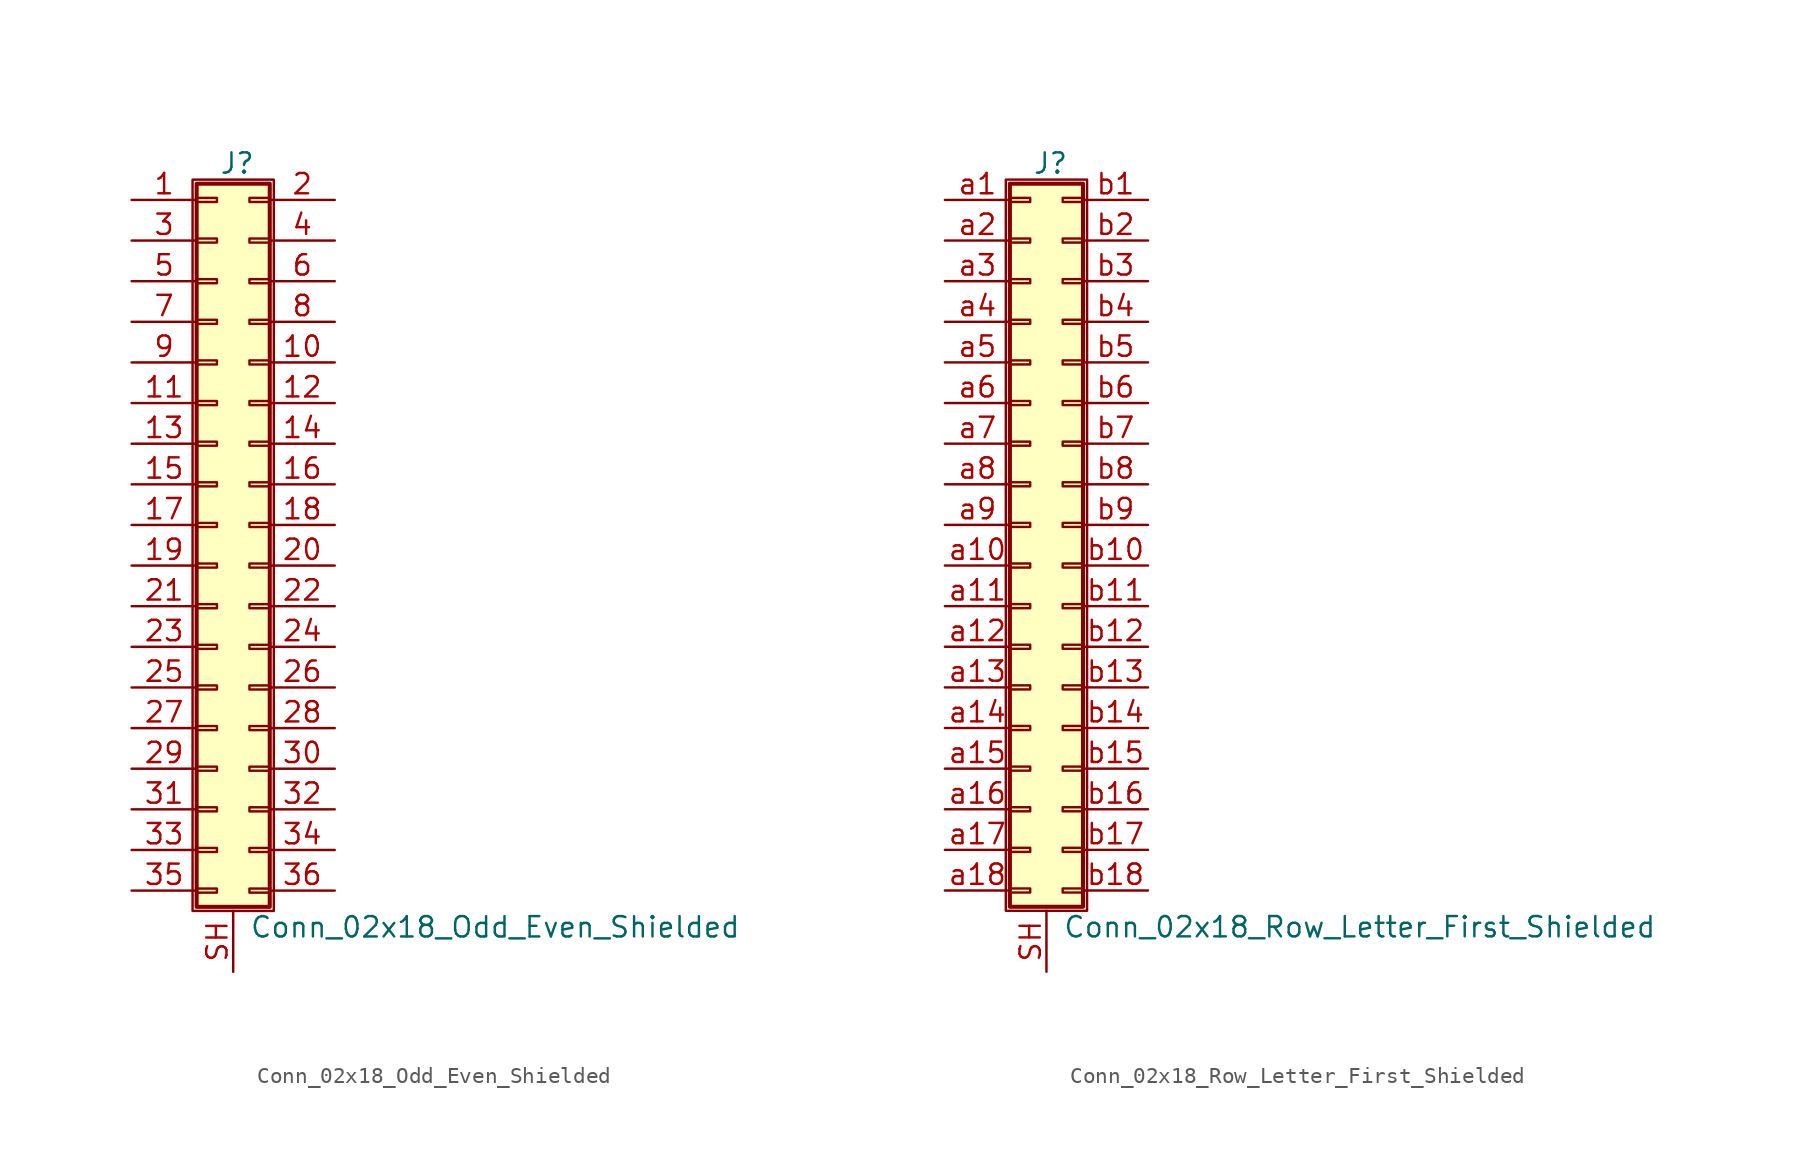
<source format=kicad_sym>
(kicad_symbol_lib
  (version 20201005)
  (generator kicad_symbol_editor)
  (symbol "Connector_Generic_Shielded:Conn_02x18_Odd_Even_Shielded"
    (pin_names
      (offset 1.016) hide)
    (property "Reference" "J"
      (at 1.524 22.606 0)
      (effects (font (size 1.27 1.27))))
    (property "Value" "Conn_02x18_Odd_Even_Shielded"
      (at 2.286 -25.146 0)
      (effects (font (size 1.27 1.27)) (justify left)))
    (symbol "Conn_02x18_Odd_Even_Shielded_1_1"
      (rectangle (start -1.016 -4.953) (end 0.254 -5.207) (stroke (width 0.152)) (fill (type none)))
      (rectangle (start -1.016 -7.493) (end 0.254 -7.747) (stroke (width 0.152)) (fill (type none)))
      (rectangle (start -1.016 -10.033) (end 0.254 -10.287) (stroke (width 0.152)) (fill (type none)))
      (rectangle (start -1.016 -12.573) (end 0.254 -12.827) (stroke (width 0.152)) (fill (type none)))
      (rectangle (start -1.016 -15.113) (end 0.254 -15.367) (stroke (width 0.152)) (fill (type none)))
      (rectangle (start -1.016 -17.653) (end 0.254 -17.907) (stroke (width 0.152)) (fill (type none)))
      (rectangle (start -1.016 -20.193) (end 0.254 -20.447) (stroke (width 0.152)) (fill (type none)))
      (rectangle (start -1.016 -22.733) (end 0.254 -22.987) (stroke (width 0.152)) (fill (type none)))
      (rectangle (start -1.016 -2.413) (end 0.254 -2.667) (stroke (width 0.152)) (fill (type none)))
      (rectangle (start -1.016 2.667) (end 0.254 2.413) (stroke (width 0.152)) (fill (type none)))
      (rectangle (start -1.016 5.207) (end 0.254 4.953) (stroke (width 0.152)) (fill (type none)))
      (rectangle (start -1.016 7.747) (end 0.254 7.493) (stroke (width 0.152)) (fill (type none)))
      (rectangle (start -1.016 10.287) (end 0.254 10.033) (stroke (width 0.152)) (fill (type none)))
      (rectangle (start -1.016 0.127) (end 0.254 -0.127) (stroke (width 0.152)) (fill (type none)))
      (rectangle (start -1.016 12.827) (end 0.254 12.573) (stroke (width 0.152)) (fill (type none)))
      (rectangle (start -1.016 15.367) (end 0.254 15.113) (stroke (width 0.152)) (fill (type none)))
      (rectangle (start -1.016 17.907) (end 0.254 17.653) (stroke (width 0.152)) (fill (type none)))
      (rectangle (start -1.016 20.447) (end 0.254 20.193) (stroke (width 0.152)) (fill (type none)))
      (rectangle (start -1.016 21.336) (end 3.556 -23.876) (stroke (width 0.254)) (fill (type background)))
      (rectangle (start -1.27 21.59) (end 3.81 -24.13) (stroke (width 0.152)) (fill (type none)))
      (rectangle (start 3.556 -4.953) (end 2.286 -5.207) (stroke (width 0.152)) (fill (type none)))
      (rectangle (start 3.556 -7.493) (end 2.286 -7.747) (stroke (width 0.152)) (fill (type none)))
      (rectangle (start 3.556 -10.033) (end 2.286 -10.287) (stroke (width 0.152)) (fill (type none)))
      (rectangle (start 3.556 -12.573) (end 2.286 -12.827) (stroke (width 0.152)) (fill (type none)))
      (rectangle (start 3.556 -15.113) (end 2.286 -15.367) (stroke (width 0.152)) (fill (type none)))
      (rectangle (start 3.556 -17.653) (end 2.286 -17.907) (stroke (width 0.152)) (fill (type none)))
      (rectangle (start 3.556 -20.193) (end 2.286 -20.447) (stroke (width 0.152)) (fill (type none)))
      (rectangle (start 3.556 -22.733) (end 2.286 -22.987) (stroke (width 0.152)) (fill (type none)))
      (rectangle (start 3.556 -2.413) (end 2.286 -2.667) (stroke (width 0.152)) (fill (type none)))
      (rectangle (start 3.556 2.667) (end 2.286 2.413) (stroke (width 0.152)) (fill (type none)))
      (rectangle (start 3.556 5.207) (end 2.286 4.953) (stroke (width 0.152)) (fill (type none)))
      (rectangle (start 3.556 7.747) (end 2.286 7.493) (stroke (width 0.152)) (fill (type none)))
      (rectangle (start 3.556 10.287) (end 2.286 10.033) (stroke (width 0.152)) (fill (type none)))
      (rectangle (start 3.556 0.127) (end 2.286 -0.127) (stroke (width 0.152)) (fill (type none)))
      (rectangle (start 3.556 12.827) (end 2.286 12.573) (stroke (width 0.152)) (fill (type none)))
      (rectangle (start 3.556 15.367) (end 2.286 15.113) (stroke (width 0.152)) (fill (type none)))
      (rectangle (start 3.556 17.907) (end 2.286 17.653) (stroke (width 0.152)) (fill (type none)))
      (rectangle (start 3.556 20.447) (end 2.286 20.193) (stroke (width 0.152)) (fill (type none)))
      (pin passive line (at -5.08 20.32 0) (length 4.064) (name "Pin_1" (effects (font (size 1.27 1.27)))) (number "1" (effects (font (size 1.27 1.27)))))
      (pin passive line (at 7.62 10.16 180) (length 4.064) (name "Pin_10" (effects (font (size 1.27 1.27)))) (number "10" (effects (font (size 1.27 1.27)))))
      (pin passive line (at -5.08 7.62 0) (length 4.064) (name "Pin_11" (effects (font (size 1.27 1.27)))) (number "11" (effects (font (size 1.27 1.27)))))
      (pin passive line (at 7.62 7.62 180) (length 4.064) (name "Pin_12" (effects (font (size 1.27 1.27)))) (number "12" (effects (font (size 1.27 1.27)))))
      (pin passive line (at -5.08 5.08 0) (length 4.064) (name "Pin_13" (effects (font (size 1.27 1.27)))) (number "13" (effects (font (size 1.27 1.27)))))
      (pin passive line (at 7.62 5.08 180) (length 4.064) (name "Pin_14" (effects (font (size 1.27 1.27)))) (number "14" (effects (font (size 1.27 1.27)))))
      (pin passive line (at -5.08 2.54 0) (length 4.064) (name "Pin_15" (effects (font (size 1.27 1.27)))) (number "15" (effects (font (size 1.27 1.27)))))
      (pin passive line (at 7.62 2.54 180) (length 4.064) (name "Pin_16" (effects (font (size 1.27 1.27)))) (number "16" (effects (font (size 1.27 1.27)))))
      (pin passive line (at -5.08 0 0) (length 4.064) (name "Pin_17" (effects (font (size 1.27 1.27)))) (number "17" (effects (font (size 1.27 1.27)))))
      (pin passive line (at 7.62 0 180) (length 4.064) (name "Pin_18" (effects (font (size 1.27 1.27)))) (number "18" (effects (font (size 1.27 1.27)))))
      (pin passive line (at -5.08 -2.54 0) (length 4.064) (name "Pin_19" (effects (font (size 1.27 1.27)))) (number "19" (effects (font (size 1.27 1.27)))))
      (pin passive line (at 7.62 20.32 180) (length 4.064) (name "Pin_2" (effects (font (size 1.27 1.27)))) (number "2" (effects (font (size 1.27 1.27)))))
      (pin passive line (at 7.62 -2.54 180) (length 4.064) (name "Pin_20" (effects (font (size 1.27 1.27)))) (number "20" (effects (font (size 1.27 1.27)))))
      (pin passive line (at -5.08 -5.08 0) (length 4.064) (name "Pin_21" (effects (font (size 1.27 1.27)))) (number "21" (effects (font (size 1.27 1.27)))))
      (pin passive line (at 7.62 -5.08 180) (length 4.064) (name "Pin_22" (effects (font (size 1.27 1.27)))) (number "22" (effects (font (size 1.27 1.27)))))
      (pin passive line (at -5.08 -7.62 0) (length 4.064) (name "Pin_23" (effects (font (size 1.27 1.27)))) (number "23" (effects (font (size 1.27 1.27)))))
      (pin passive line (at 7.62 -7.62 180) (length 4.064) (name "Pin_24" (effects (font (size 1.27 1.27)))) (number "24" (effects (font (size 1.27 1.27)))))
      (pin passive line (at -5.08 -10.16 0) (length 4.064) (name "Pin_25" (effects (font (size 1.27 1.27)))) (number "25" (effects (font (size 1.27 1.27)))))
      (pin passive line (at 7.62 -10.16 180) (length 4.064) (name "Pin_26" (effects (font (size 1.27 1.27)))) (number "26" (effects (font (size 1.27 1.27)))))
      (pin passive line (at -5.08 -12.7 0) (length 4.064) (name "Pin_27" (effects (font (size 1.27 1.27)))) (number "27" (effects (font (size 1.27 1.27)))))
      (pin passive line (at 7.62 -12.7 180) (length 4.064) (name "Pin_28" (effects (font (size 1.27 1.27)))) (number "28" (effects (font (size 1.27 1.27)))))
      (pin passive line (at -5.08 -15.24 0) (length 4.064) (name "Pin_29" (effects (font (size 1.27 1.27)))) (number "29" (effects (font (size 1.27 1.27)))))
      (pin passive line (at -5.08 17.78 0) (length 4.064) (name "Pin_3" (effects (font (size 1.27 1.27)))) (number "3" (effects (font (size 1.27 1.27)))))
      (pin passive line (at 7.62 -15.24 180) (length 4.064) (name "Pin_30" (effects (font (size 1.27 1.27)))) (number "30" (effects (font (size 1.27 1.27)))))
      (pin passive line (at -5.08 -17.78 0) (length 4.064) (name "Pin_31" (effects (font (size 1.27 1.27)))) (number "31" (effects (font (size 1.27 1.27)))))
      (pin passive line (at 7.62 -17.78 180) (length 4.064) (name "Pin_32" (effects (font (size 1.27 1.27)))) (number "32" (effects (font (size 1.27 1.27)))))
      (pin passive line (at -5.08 -20.32 0) (length 4.064) (name "Pin_33" (effects (font (size 1.27 1.27)))) (number "33" (effects (font (size 1.27 1.27)))))
      (pin passive line (at 7.62 -20.32 180) (length 4.064) (name "Pin_34" (effects (font (size 1.27 1.27)))) (number "34" (effects (font (size 1.27 1.27)))))
      (pin passive line (at -5.08 -22.86 0) (length 4.064) (name "Pin_35" (effects (font (size 1.27 1.27)))) (number "35" (effects (font (size 1.27 1.27)))))
      (pin passive line (at 7.62 -22.86 180) (length 4.064) (name "Pin_36" (effects (font (size 1.27 1.27)))) (number "36" (effects (font (size 1.27 1.27)))))
      (pin passive line (at 7.62 17.78 180) (length 4.064) (name "Pin_4" (effects (font (size 1.27 1.27)))) (number "4" (effects (font (size 1.27 1.27)))))
      (pin passive line (at -5.08 15.24 0) (length 4.064) (name "Pin_5" (effects (font (size 1.27 1.27)))) (number "5" (effects (font (size 1.27 1.27)))))
      (pin passive line (at 7.62 15.24 180) (length 4.064) (name "Pin_6" (effects (font (size 1.27 1.27)))) (number "6" (effects (font (size 1.27 1.27)))))
      (pin passive line (at -5.08 12.7 0) (length 4.064) (name "Pin_7" (effects (font (size 1.27 1.27)))) (number "7" (effects (font (size 1.27 1.27)))))
      (pin passive line (at 7.62 12.7 180) (length 4.064) (name "Pin_8" (effects (font (size 1.27 1.27)))) (number "8" (effects (font (size 1.27 1.27)))))
      (pin passive line (at -5.08 10.16 0) (length 4.064) (name "Pin_9" (effects (font (size 1.27 1.27)))) (number "9" (effects (font (size 1.27 1.27)))))
      (pin passive line (at 1.27 -27.94 90) (length 3.81) (name "Shield" (effects (font (size 1.27 1.27)))) (number "SH" (effects (font (size 1.27 1.27)))))))
  (symbol "Connector_Generic_Shielded:Conn_02x18_Row_Letter_First_Shielded"
    (pin_names
      (offset 1.016) hide)
    (property "Reference" "J"
      (at 1.524 22.606 0)
      (effects (font (size 1.27 1.27))))
    (property "Value" "Conn_02x18_Row_Letter_First_Shielded"
      (at 2.286 -25.146 0)
      (effects (font (size 1.27 1.27)) (justify left)))
    (symbol "Conn_02x18_Row_Letter_First_Shielded_1_1"
      (rectangle (start -1.016 -4.953) (end 0.254 -5.207) (stroke (width 0.152)) (fill (type none)))
      (rectangle (start -1.016 -7.493) (end 0.254 -7.747) (stroke (width 0.152)) (fill (type none)))
      (rectangle (start -1.016 -10.033) (end 0.254 -10.287) (stroke (width 0.152)) (fill (type none)))
      (rectangle (start -1.016 -12.573) (end 0.254 -12.827) (stroke (width 0.152)) (fill (type none)))
      (rectangle (start -1.016 -15.113) (end 0.254 -15.367) (stroke (width 0.152)) (fill (type none)))
      (rectangle (start -1.016 -17.653) (end 0.254 -17.907) (stroke (width 0.152)) (fill (type none)))
      (rectangle (start -1.016 -20.193) (end 0.254 -20.447) (stroke (width 0.152)) (fill (type none)))
      (rectangle (start -1.016 -22.733) (end 0.254 -22.987) (stroke (width 0.152)) (fill (type none)))
      (rectangle (start -1.016 -2.413) (end 0.254 -2.667) (stroke (width 0.152)) (fill (type none)))
      (rectangle (start -1.016 2.667) (end 0.254 2.413) (stroke (width 0.152)) (fill (type none)))
      (rectangle (start -1.016 5.207) (end 0.254 4.953) (stroke (width 0.152)) (fill (type none)))
      (rectangle (start -1.016 7.747) (end 0.254 7.493) (stroke (width 0.152)) (fill (type none)))
      (rectangle (start -1.016 10.287) (end 0.254 10.033) (stroke (width 0.152)) (fill (type none)))
      (rectangle (start -1.016 0.127) (end 0.254 -0.127) (stroke (width 0.152)) (fill (type none)))
      (rectangle (start -1.016 12.827) (end 0.254 12.573) (stroke (width 0.152)) (fill (type none)))
      (rectangle (start -1.016 15.367) (end 0.254 15.113) (stroke (width 0.152)) (fill (type none)))
      (rectangle (start -1.016 17.907) (end 0.254 17.653) (stroke (width 0.152)) (fill (type none)))
      (rectangle (start -1.016 20.447) (end 0.254 20.193) (stroke (width 0.152)) (fill (type none)))
      (rectangle (start -1.016 21.336) (end 3.556 -23.876) (stroke (width 0.254)) (fill (type background)))
      (rectangle (start -1.27 21.59) (end 3.81 -24.13) (stroke (width 0.152)) (fill (type none)))
      (rectangle (start 3.556 -4.953) (end 2.286 -5.207) (stroke (width 0.152)) (fill (type none)))
      (rectangle (start 3.556 -7.493) (end 2.286 -7.747) (stroke (width 0.152)) (fill (type none)))
      (rectangle (start 3.556 -10.033) (end 2.286 -10.287) (stroke (width 0.152)) (fill (type none)))
      (rectangle (start 3.556 -12.573) (end 2.286 -12.827) (stroke (width 0.152)) (fill (type none)))
      (rectangle (start 3.556 -15.113) (end 2.286 -15.367) (stroke (width 0.152)) (fill (type none)))
      (rectangle (start 3.556 -17.653) (end 2.286 -17.907) (stroke (width 0.152)) (fill (type none)))
      (rectangle (start 3.556 -20.193) (end 2.286 -20.447) (stroke (width 0.152)) (fill (type none)))
      (rectangle (start 3.556 -22.733) (end 2.286 -22.987) (stroke (width 0.152)) (fill (type none)))
      (rectangle (start 3.556 -2.413) (end 2.286 -2.667) (stroke (width 0.152)) (fill (type none)))
      (rectangle (start 3.556 2.667) (end 2.286 2.413) (stroke (width 0.152)) (fill (type none)))
      (rectangle (start 3.556 5.207) (end 2.286 4.953) (stroke (width 0.152)) (fill (type none)))
      (rectangle (start 3.556 7.747) (end 2.286 7.493) (stroke (width 0.152)) (fill (type none)))
      (rectangle (start 3.556 10.287) (end 2.286 10.033) (stroke (width 0.152)) (fill (type none)))
      (rectangle (start 3.556 0.127) (end 2.286 -0.127) (stroke (width 0.152)) (fill (type none)))
      (rectangle (start 3.556 12.827) (end 2.286 12.573) (stroke (width 0.152)) (fill (type none)))
      (rectangle (start 3.556 15.367) (end 2.286 15.113) (stroke (width 0.152)) (fill (type none)))
      (rectangle (start 3.556 17.907) (end 2.286 17.653) (stroke (width 0.152)) (fill (type none)))
      (rectangle (start 3.556 20.447) (end 2.286 20.193) (stroke (width 0.152)) (fill (type none)))
      (pin passive line (at -5.08 20.32 0) (length 4.064) (name "Pin_a1" (effects (font (size 1.27 1.27)))) (number "a1" (effects (font (size 1.27 1.27)))))
      (pin passive line (at -5.08 -2.54 0) (length 4.064) (name "Pin_a10" (effects (font (size 1.27 1.27)))) (number "a10" (effects (font (size 1.27 1.27)))))
      (pin passive line (at -5.08 -5.08 0) (length 4.064) (name "Pin_a11" (effects (font (size 1.27 1.27)))) (number "a11" (effects (font (size 1.27 1.27)))))
      (pin passive line (at -5.08 -7.62 0) (length 4.064) (name "Pin_a12" (effects (font (size 1.27 1.27)))) (number "a12" (effects (font (size 1.27 1.27)))))
      (pin passive line (at -5.08 -10.16 0) (length 4.064) (name "Pin_a13" (effects (font (size 1.27 1.27)))) (number "a13" (effects (font (size 1.27 1.27)))))
      (pin passive line (at -5.08 -12.7 0) (length 4.064) (name "Pin_a14" (effects (font (size 1.27 1.27)))) (number "a14" (effects (font (size 1.27 1.27)))))
      (pin passive line (at -5.08 -15.24 0) (length 4.064) (name "Pin_a15" (effects (font (size 1.27 1.27)))) (number "a15" (effects (font (size 1.27 1.27)))))
      (pin passive line (at -5.08 -17.78 0) (length 4.064) (name "Pin_a16" (effects (font (size 1.27 1.27)))) (number "a16" (effects (font (size 1.27 1.27)))))
      (pin passive line (at -5.08 -20.32 0) (length 4.064) (name "Pin_a17" (effects (font (size 1.27 1.27)))) (number "a17" (effects (font (size 1.27 1.27)))))
      (pin passive line (at -5.08 -22.86 0) (length 4.064) (name "Pin_a18" (effects (font (size 1.27 1.27)))) (number "a18" (effects (font (size 1.27 1.27)))))
      (pin passive line (at -5.08 17.78 0) (length 4.064) (name "Pin_a2" (effects (font (size 1.27 1.27)))) (number "a2" (effects (font (size 1.27 1.27)))))
      (pin passive line (at -5.08 15.24 0) (length 4.064) (name "Pin_a3" (effects (font (size 1.27 1.27)))) (number "a3" (effects (font (size 1.27 1.27)))))
      (pin passive line (at -5.08 12.7 0) (length 4.064) (name "Pin_a4" (effects (font (size 1.27 1.27)))) (number "a4" (effects (font (size 1.27 1.27)))))
      (pin passive line (at -5.08 10.16 0) (length 4.064) (name "Pin_a5" (effects (font (size 1.27 1.27)))) (number "a5" (effects (font (size 1.27 1.27)))))
      (pin passive line (at -5.08 7.62 0) (length 4.064) (name "Pin_a6" (effects (font (size 1.27 1.27)))) (number "a6" (effects (font (size 1.27 1.27)))))
      (pin passive line (at -5.08 5.08 0) (length 4.064) (name "Pin_a7" (effects (font (size 1.27 1.27)))) (number "a7" (effects (font (size 1.27 1.27)))))
      (pin passive line (at -5.08 2.54 0) (length 4.064) (name "Pin_a8" (effects (font (size 1.27 1.27)))) (number "a8" (effects (font (size 1.27 1.27)))))
      (pin passive line (at -5.08 0 0) (length 4.064) (name "Pin_a9" (effects (font (size 1.27 1.27)))) (number "a9" (effects (font (size 1.27 1.27)))))
      (pin passive line (at 7.62 20.32 180) (length 4.064) (name "Pin_b1" (effects (font (size 1.27 1.27)))) (number "b1" (effects (font (size 1.27 1.27)))))
      (pin passive line (at 7.62 -2.54 180) (length 4.064) (name "Pin_b10" (effects (font (size 1.27 1.27)))) (number "b10" (effects (font (size 1.27 1.27)))))
      (pin passive line (at 7.62 -5.08 180) (length 4.064) (name "Pin_b11" (effects (font (size 1.27 1.27)))) (number "b11" (effects (font (size 1.27 1.27)))))
      (pin passive line (at 7.62 -7.62 180) (length 4.064) (name "Pin_b12" (effects (font (size 1.27 1.27)))) (number "b12" (effects (font (size 1.27 1.27)))))
      (pin passive line (at 7.62 -10.16 180) (length 4.064) (name "Pin_b13" (effects (font (size 1.27 1.27)))) (number "b13" (effects (font (size 1.27 1.27)))))
      (pin passive line (at 7.62 -12.7 180) (length 4.064) (name "Pin_b14" (effects (font (size 1.27 1.27)))) (number "b14" (effects (font (size 1.27 1.27)))))
      (pin passive line (at 7.62 -15.24 180) (length 4.064) (name "Pin_b15" (effects (font (size 1.27 1.27)))) (number "b15" (effects (font (size 1.27 1.27)))))
      (pin passive line (at 7.62 -17.78 180) (length 4.064) (name "Pin_b16" (effects (font (size 1.27 1.27)))) (number "b16" (effects (font (size 1.27 1.27)))))
      (pin passive line (at 7.62 -20.32 180) (length 4.064) (name "Pin_b17" (effects (font (size 1.27 1.27)))) (number "b17" (effects (font (size 1.27 1.27)))))
      (pin passive line (at 7.62 -22.86 180) (length 4.064) (name "Pin_b18" (effects (font (size 1.27 1.27)))) (number "b18" (effects (font (size 1.27 1.27)))))
      (pin passive line (at 7.62 17.78 180) (length 4.064) (name "Pin_b2" (effects (font (size 1.27 1.27)))) (number "b2" (effects (font (size 1.27 1.27)))))
      (pin passive line (at 7.62 15.24 180) (length 4.064) (name "Pin_b3" (effects (font (size 1.27 1.27)))) (number "b3" (effects (font (size 1.27 1.27)))))
      (pin passive line (at 7.62 12.7 180) (length 4.064) (name "Pin_b4" (effects (font (size 1.27 1.27)))) (number "b4" (effects (font (size 1.27 1.27)))))
      (pin passive line (at 7.62 10.16 180) (length 4.064) (name "Pin_b5" (effects (font (size 1.27 1.27)))) (number "b5" (effects (font (size 1.27 1.27)))))
      (pin passive line (at 7.62 7.62 180) (length 4.064) (name "Pin_b6" (effects (font (size 1.27 1.27)))) (number "b6" (effects (font (size 1.27 1.27)))))
      (pin passive line (at 7.62 5.08 180) (length 4.064) (name "Pin_b7" (effects (font (size 1.27 1.27)))) (number "b7" (effects (font (size 1.27 1.27)))))
      (pin passive line (at 7.62 2.54 180) (length 4.064) (name "Pin_b8" (effects (font (size 1.27 1.27)))) (number "b8" (effects (font (size 1.27 1.27)))))
      (pin passive line (at 7.62 0 180) (length 4.064) (name "Pin_b9" (effects (font (size 1.27 1.27)))) (number "b9" (effects (font (size 1.27 1.27)))))
      (pin passive line (at 1.27 -27.94 90) (length 3.81) (name "Shield" (effects (font (size 1.27 1.27)))) (number "SH" (effects (font (size 1.27 1.27))))))))
</source>
